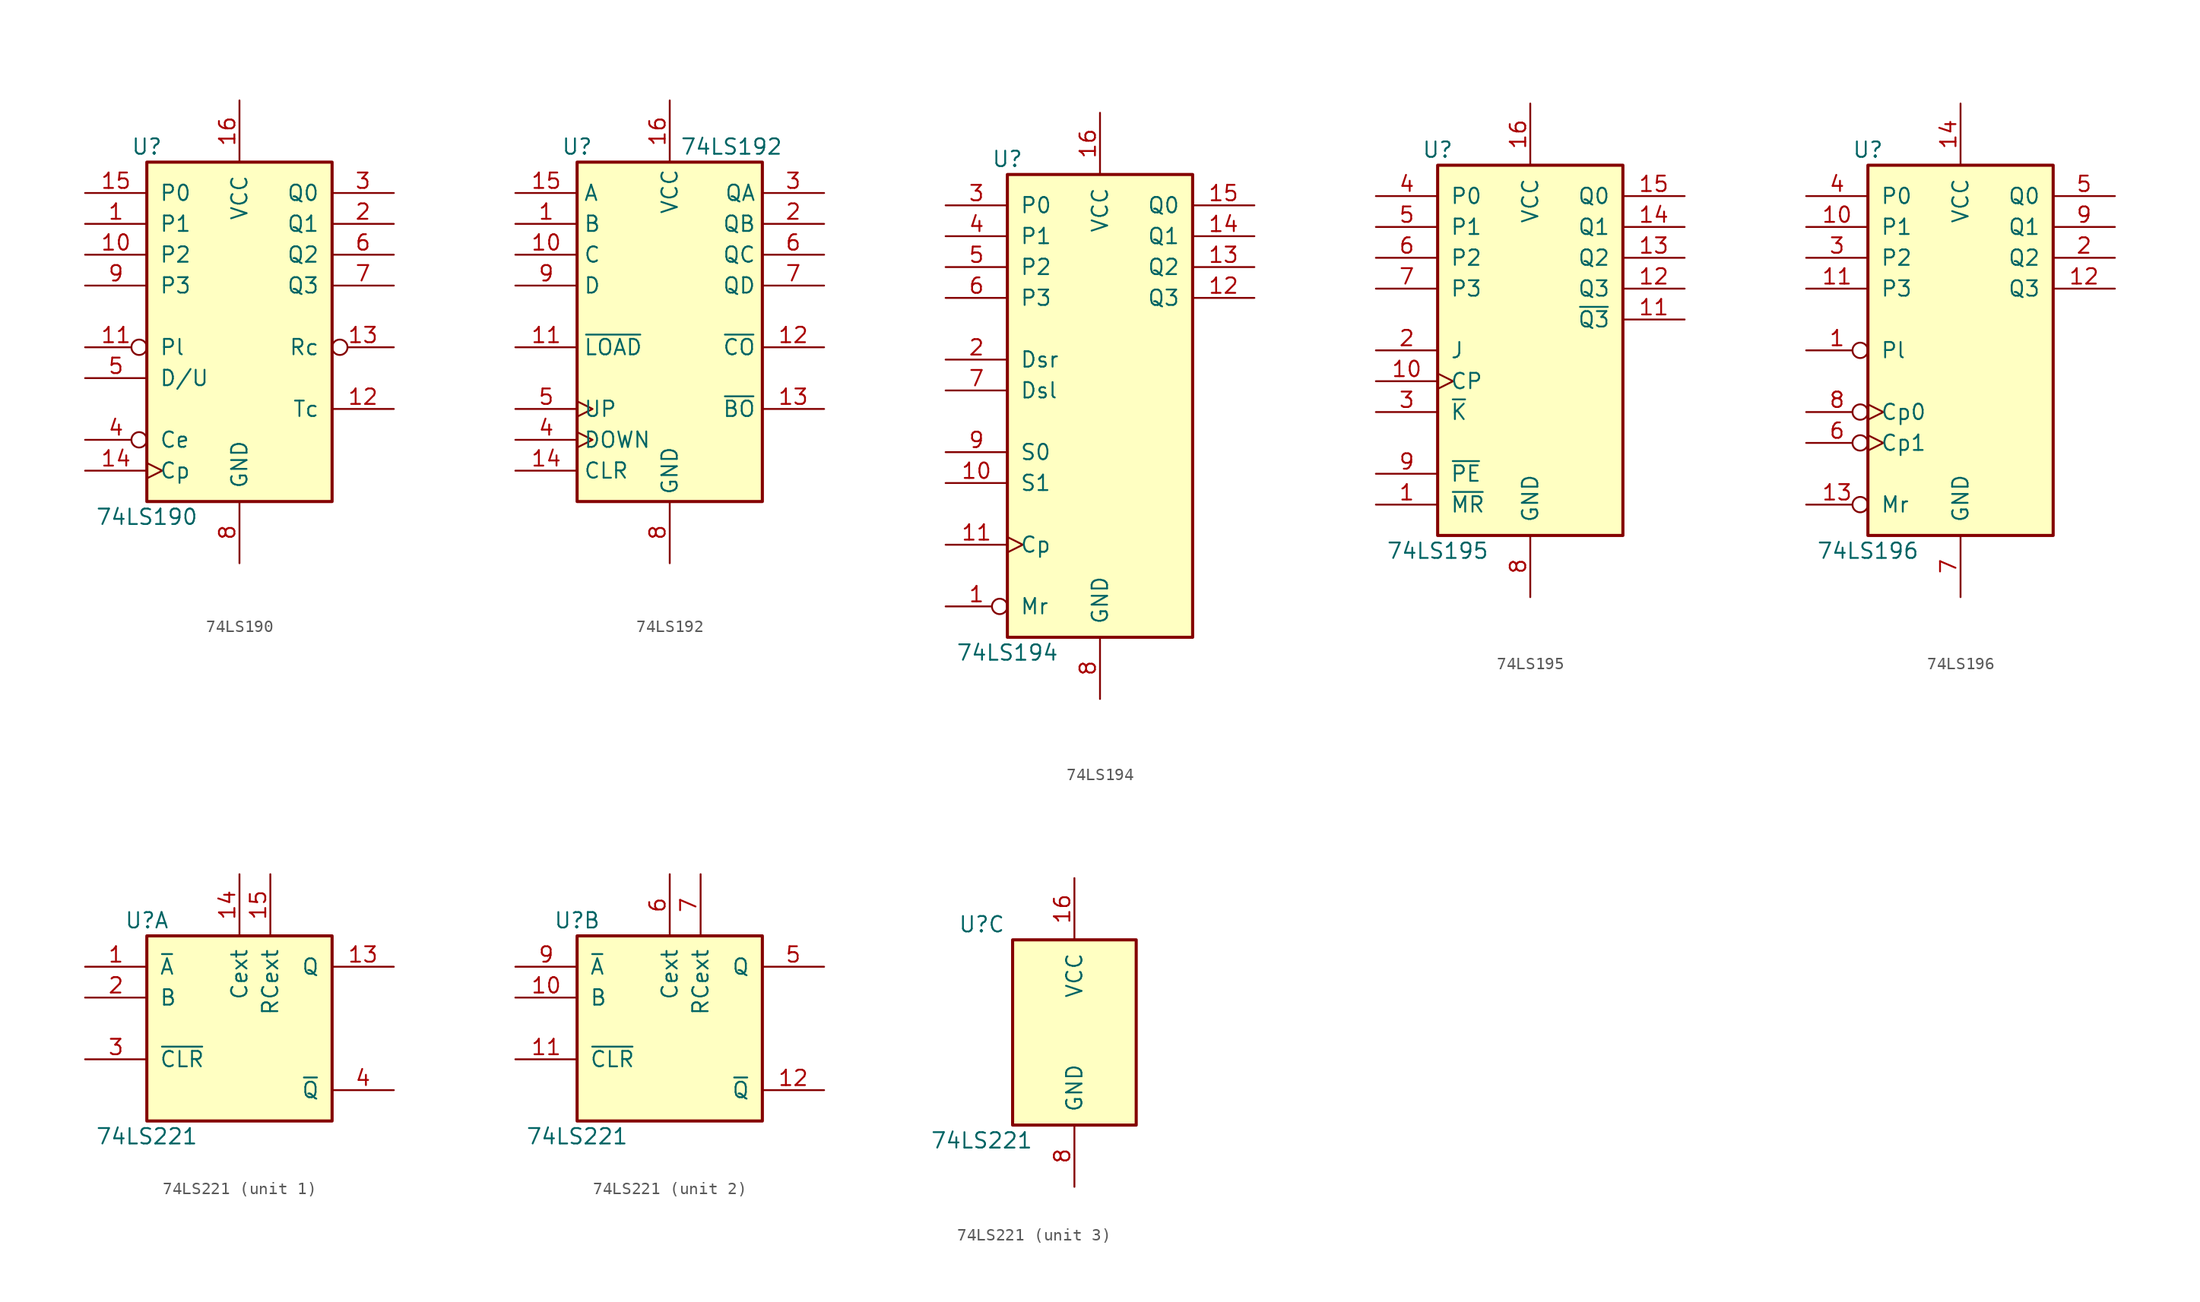
<source format=kicad_sym>
(kicad_symbol_lib
  (version 20241209)
  (generator "kicad_symbol_editor")
  (generator_version "9.0")
  (symbol "74LS190"
    (pin_names
      (offset 1.016))
    (property "Reference" "U"
      (at -7.62 13.97 0)
      (effects (font (size 1.27 1.27))))
    (property "Value" "74LS190"
      (at -7.62 -16.51 0)
      (effects (font (size 1.27 1.27))))
    (property "ki_locked" ""
      (at 0 0 0)
      (effects (font (size 1.27 1.27))))
    (symbol "74LS190_1_0"
      (pin input line (at -12.7 10.16 0) (length 5.08) (name "P0" (effects (font (size 1.27 1.27)))) (number "15" (effects (font (size 1.27 1.27)))))
      (pin input line (at -12.7 7.62 0) (length 5.08) (name "P1" (effects (font (size 1.27 1.27)))) (number "1" (effects (font (size 1.27 1.27)))))
      (pin input line (at -12.7 5.08 0) (length 5.08) (name "P2" (effects (font (size 1.27 1.27)))) (number "10" (effects (font (size 1.27 1.27)))))
      (pin input line (at -12.7 2.54 0) (length 5.08) (name "P3" (effects (font (size 1.27 1.27)))) (number "9" (effects (font (size 1.27 1.27)))))
      (pin input inverted (at -12.7 -2.54 0) (length 5.08) (name "Pl" (effects (font (size 1.27 1.27)))) (number "11" (effects (font (size 1.27 1.27)))))
      (pin input line (at -12.7 -5.08 0) (length 5.08) (name "D/U" (effects (font (size 1.27 1.27)))) (number "5" (effects (font (size 1.27 1.27)))))
      (pin input inverted (at -12.7 -10.16 0) (length 5.08) (name "Ce" (effects (font (size 1.27 1.27)))) (number "4" (effects (font (size 1.27 1.27)))))
      (pin input clock (at -12.7 -12.7 0) (length 5.08) (name "Cp" (effects (font (size 1.27 1.27)))) (number "14" (effects (font (size 1.27 1.27)))))
      (pin power_in line (at 0 17.78 270) (length 5.08) (name "VCC" (effects (font (size 1.27 1.27)))) (number "16" (effects (font (size 1.27 1.27)))))
      (pin power_in line (at 0 -20.32 90) (length 5.08) (name "GND" (effects (font (size 1.27 1.27)))) (number "8" (effects (font (size 1.27 1.27)))))
      (pin output line (at 12.7 10.16 180) (length 5.08) (name "Q0" (effects (font (size 1.27 1.27)))) (number "3" (effects (font (size 1.27 1.27)))))
      (pin output line (at 12.7 7.62 180) (length 5.08) (name "Q1" (effects (font (size 1.27 1.27)))) (number "2" (effects (font (size 1.27 1.27)))))
      (pin output line (at 12.7 5.08 180) (length 5.08) (name "Q2" (effects (font (size 1.27 1.27)))) (number "6" (effects (font (size 1.27 1.27)))))
      (pin output line (at 12.7 2.54 180) (length 5.08) (name "Q3" (effects (font (size 1.27 1.27)))) (number "7" (effects (font (size 1.27 1.27)))))
      (pin output inverted (at 12.7 -2.54 180) (length 5.08) (name "Rc" (effects (font (size 1.27 1.27)))) (number "13" (effects (font (size 1.27 1.27)))))
      (pin output line (at 12.7 -7.62 180) (length 5.08) (name "Tc" (effects (font (size 1.27 1.27)))) (number "12" (effects (font (size 1.27 1.27))))))
    (symbol "74LS190_1_1"
      (rectangle (start -7.62 12.7) (end 7.62 -15.24) (stroke (width 0.254) (type solid)) (fill (type background)))))
  (symbol "74LS192"
    (property "Reference" "U"
      (at -7.62 13.97 0)
      (effects (font (size 1.27 1.27))))
    (property "Value" "74LS192"
      (at 5.08 13.97 0)
      (effects (font (size 1.27 1.27))))
    (symbol "74LS192_1_0"
      (pin input line (at -12.7 10.16 0) (length 5.08) (name "A" (effects (font (size 1.27 1.27)))) (number "15" (effects (font (size 1.27 1.27)))))
      (pin input line (at -12.7 7.62 0) (length 5.08) (name "B" (effects (font (size 1.27 1.27)))) (number "1" (effects (font (size 1.27 1.27)))))
      (pin input line (at -12.7 5.08 0) (length 5.08) (name "C" (effects (font (size 1.27 1.27)))) (number "10" (effects (font (size 1.27 1.27)))))
      (pin input line (at -12.7 2.54 0) (length 5.08) (name "D" (effects (font (size 1.27 1.27)))) (number "9" (effects (font (size 1.27 1.27)))))
      (pin input line (at -12.7 -2.54 0) (length 5.08) (name "~{LOAD}" (effects (font (size 1.27 1.27)))) (number "11" (effects (font (size 1.27 1.27)))))
      (pin input clock (at -12.7 -7.62 0) (length 5.08) (name "UP" (effects (font (size 1.27 1.27)))) (number "5" (effects (font (size 1.27 1.27)))))
      (pin input clock (at -12.7 -10.16 0) (length 5.08) (name "DOWN" (effects (font (size 1.27 1.27)))) (number "4" (effects (font (size 1.27 1.27)))))
      (pin input line (at -12.7 -12.7 0) (length 5.08) (name "CLR" (effects (font (size 1.27 1.27)))) (number "14" (effects (font (size 1.27 1.27)))))
      (pin power_in line (at 0 17.78 270) (length 5.08) (name "VCC" (effects (font (size 1.27 1.27)))) (number "16" (effects (font (size 1.27 1.27)))))
      (pin power_in line (at 0 -20.32 90) (length 5.08) (name "GND" (effects (font (size 1.27 1.27)))) (number "8" (effects (font (size 1.27 1.27)))))
      (pin output line (at 12.7 10.16 180) (length 5.08) (name "QA" (effects (font (size 1.27 1.27)))) (number "3" (effects (font (size 1.27 1.27)))))
      (pin output line (at 12.7 7.62 180) (length 5.08) (name "QB" (effects (font (size 1.27 1.27)))) (number "2" (effects (font (size 1.27 1.27)))))
      (pin output line (at 12.7 5.08 180) (length 5.08) (name "QC" (effects (font (size 1.27 1.27)))) (number "6" (effects (font (size 1.27 1.27)))))
      (pin output line (at 12.7 2.54 180) (length 5.08) (name "QD" (effects (font (size 1.27 1.27)))) (number "7" (effects (font (size 1.27 1.27)))))
      (pin output line (at 12.7 -2.54 180) (length 5.08) (name "~{CO}" (effects (font (size 1.27 1.27)))) (number "12" (effects (font (size 1.27 1.27)))))
      (pin output line (at 12.7 -7.62 180) (length 5.08) (name "~{BO}" (effects (font (size 1.27 1.27)))) (number "13" (effects (font (size 1.27 1.27))))))
    (symbol "74LS192_1_1"
      (rectangle (start -7.62 12.7) (end 7.62 -15.24) (stroke (width 0.254) (type solid)) (fill (type background)))))
  (symbol "74LS194"
    (pin_names
      (offset 1.016))
    (property "Reference" "U"
      (at -7.62 19.05 0)
      (effects (font (size 1.27 1.27))))
    (property "Value" "74LS194"
      (at -7.62 -21.59 0)
      (effects (font (size 1.27 1.27))))
    (property "ki_locked" ""
      (at 0 0 0)
      (effects (font (size 1.27 1.27))))
    (symbol "74LS194_1_0"
      (pin input line (at -12.7 15.24 0) (length 5.08) (name "P0" (effects (font (size 1.27 1.27)))) (number "3" (effects (font (size 1.27 1.27)))))
      (pin input line (at -12.7 12.7 0) (length 5.08) (name "P1" (effects (font (size 1.27 1.27)))) (number "4" (effects (font (size 1.27 1.27)))))
      (pin input line (at -12.7 10.16 0) (length 5.08) (name "P2" (effects (font (size 1.27 1.27)))) (number "5" (effects (font (size 1.27 1.27)))))
      (pin input line (at -12.7 7.62 0) (length 5.08) (name "P3" (effects (font (size 1.27 1.27)))) (number "6" (effects (font (size 1.27 1.27)))))
      (pin input line (at -12.7 2.54 0) (length 5.08) (name "Dsr" (effects (font (size 1.27 1.27)))) (number "2" (effects (font (size 1.27 1.27)))))
      (pin input line (at -12.7 0 0) (length 5.08) (name "Dsl" (effects (font (size 1.27 1.27)))) (number "7" (effects (font (size 1.27 1.27)))))
      (pin input line (at -12.7 -5.08 0) (length 5.08) (name "S0" (effects (font (size 1.27 1.27)))) (number "9" (effects (font (size 1.27 1.27)))))
      (pin input line (at -12.7 -7.62 0) (length 5.08) (name "S1" (effects (font (size 1.27 1.27)))) (number "10" (effects (font (size 1.27 1.27)))))
      (pin input clock (at -12.7 -12.7 0) (length 5.08) (name "Cp" (effects (font (size 1.27 1.27)))) (number "11" (effects (font (size 1.27 1.27)))))
      (pin input inverted (at -12.7 -17.78 0) (length 5.08) (name "Mr" (effects (font (size 1.27 1.27)))) (number "1" (effects (font (size 1.27 1.27)))))
      (pin power_in line (at 0 22.86 270) (length 5.08) (name "VCC" (effects (font (size 1.27 1.27)))) (number "16" (effects (font (size 1.27 1.27)))))
      (pin power_in line (at 0 -25.4 90) (length 5.08) (name "GND" (effects (font (size 1.27 1.27)))) (number "8" (effects (font (size 1.27 1.27)))))
      (pin output line (at 12.7 15.24 180) (length 5.08) (name "Q0" (effects (font (size 1.27 1.27)))) (number "15" (effects (font (size 1.27 1.27)))))
      (pin output line (at 12.7 12.7 180) (length 5.08) (name "Q1" (effects (font (size 1.27 1.27)))) (number "14" (effects (font (size 1.27 1.27)))))
      (pin output line (at 12.7 10.16 180) (length 5.08) (name "Q2" (effects (font (size 1.27 1.27)))) (number "13" (effects (font (size 1.27 1.27)))))
      (pin output line (at 12.7 7.62 180) (length 5.08) (name "Q3" (effects (font (size 1.27 1.27)))) (number "12" (effects (font (size 1.27 1.27))))))
    (symbol "74LS194_1_1"
      (rectangle (start -7.62 17.78) (end 7.62 -20.32) (stroke (width 0.254) (type solid)) (fill (type background)))))
  (symbol "74LS195"
    (pin_names
      (offset 1.016))
    (property "Reference" "U"
      (at -7.62 16.51 0)
      (effects (font (size 1.27 1.27))))
    (property "Value" "74LS195"
      (at -7.62 -16.51 0)
      (effects (font (size 1.27 1.27))))
    (property "ki_locked" ""
      (at 0 0 0)
      (effects (font (size 1.27 1.27))))
    (symbol "74LS195_1_0"
      (pin input line (at -12.7 12.7 0) (length 5.08) (name "P0" (effects (font (size 1.27 1.27)))) (number "4" (effects (font (size 1.27 1.27)))))
      (pin input line (at -12.7 10.16 0) (length 5.08) (name "P1" (effects (font (size 1.27 1.27)))) (number "5" (effects (font (size 1.27 1.27)))))
      (pin input line (at -12.7 7.62 0) (length 5.08) (name "P2" (effects (font (size 1.27 1.27)))) (number "6" (effects (font (size 1.27 1.27)))))
      (pin input line (at -12.7 5.08 0) (length 5.08) (name "P3" (effects (font (size 1.27 1.27)))) (number "7" (effects (font (size 1.27 1.27)))))
      (pin input line (at -12.7 0 0) (length 5.08) (name "J" (effects (font (size 1.27 1.27)))) (number "2" (effects (font (size 1.27 1.27)))))
      (pin input clock (at -12.7 -2.54 0) (length 5.08) (name "CP" (effects (font (size 1.27 1.27)))) (number "10" (effects (font (size 1.27 1.27)))))
      (pin input line (at -12.7 -5.08 0) (length 5.08) (name "~{K}" (effects (font (size 1.27 1.27)))) (number "3" (effects (font (size 1.27 1.27)))))
      (pin input line (at -12.7 -10.16 0) (length 5.08) (name "~{PE}" (effects (font (size 1.27 1.27)))) (number "9" (effects (font (size 1.27 1.27)))))
      (pin input line (at -12.7 -12.7 0) (length 5.08) (name "~{MR}" (effects (font (size 1.27 1.27)))) (number "1" (effects (font (size 1.27 1.27)))))
      (pin power_in line (at 0 20.32 270) (length 5.08) (name "VCC" (effects (font (size 1.27 1.27)))) (number "16" (effects (font (size 1.27 1.27)))))
      (pin power_in line (at 0 -20.32 90) (length 5.08) (name "GND" (effects (font (size 1.27 1.27)))) (number "8" (effects (font (size 1.27 1.27)))))
      (pin output line (at 12.7 12.7 180) (length 5.08) (name "Q0" (effects (font (size 1.27 1.27)))) (number "15" (effects (font (size 1.27 1.27)))))
      (pin output line (at 12.7 10.16 180) (length 5.08) (name "Q1" (effects (font (size 1.27 1.27)))) (number "14" (effects (font (size 1.27 1.27)))))
      (pin output line (at 12.7 7.62 180) (length 5.08) (name "Q2" (effects (font (size 1.27 1.27)))) (number "13" (effects (font (size 1.27 1.27)))))
      (pin output line (at 12.7 5.08 180) (length 5.08) (name "Q3" (effects (font (size 1.27 1.27)))) (number "12" (effects (font (size 1.27 1.27)))))
      (pin output line (at 12.7 2.54 180) (length 5.08) (name "~{Q3}" (effects (font (size 1.27 1.27)))) (number "11" (effects (font (size 1.27 1.27))))))
    (symbol "74LS195_1_1"
      (rectangle (start -7.62 15.24) (end 7.62 -15.24) (stroke (width 0.254) (type solid)) (fill (type background)))))
  (symbol "74LS196"
    (pin_names
      (offset 1.016))
    (property "Reference" "U"
      (at -7.62 16.51 0)
      (effects (font (size 1.27 1.27))))
    (property "Value" "74LS196"
      (at -7.62 -16.51 0)
      (effects (font (size 1.27 1.27))))
    (property "ki_locked" ""
      (at 0 0 0)
      (effects (font (size 1.27 1.27))))
    (symbol "74LS196_1_0"
      (pin input line (at -12.7 12.7 0) (length 5.08) (name "P0" (effects (font (size 1.27 1.27)))) (number "4" (effects (font (size 1.27 1.27)))))
      (pin input line (at -12.7 10.16 0) (length 5.08) (name "P1" (effects (font (size 1.27 1.27)))) (number "10" (effects (font (size 1.27 1.27)))))
      (pin input line (at -12.7 7.62 0) (length 5.08) (name "P2" (effects (font (size 1.27 1.27)))) (number "3" (effects (font (size 1.27 1.27)))))
      (pin input line (at -12.7 5.08 0) (length 5.08) (name "P3" (effects (font (size 1.27 1.27)))) (number "11" (effects (font (size 1.27 1.27)))))
      (pin input inverted (at -12.7 0 0) (length 5.08) (name "Pl" (effects (font (size 1.27 1.27)))) (number "1" (effects (font (size 1.27 1.27)))))
      (pin input inverted_clock (at -12.7 -5.08 0) (length 5.08) (name "Cp0" (effects (font (size 1.27 1.27)))) (number "8" (effects (font (size 1.27 1.27)))))
      (pin input inverted_clock (at -12.7 -7.62 0) (length 5.08) (name "Cp1" (effects (font (size 1.27 1.27)))) (number "6" (effects (font (size 1.27 1.27)))))
      (pin input inverted (at -12.7 -12.7 0) (length 5.08) (name "Mr" (effects (font (size 1.27 1.27)))) (number "13" (effects (font (size 1.27 1.27)))))
      (pin power_in line (at 0 20.32 270) (length 5.08) (name "VCC" (effects (font (size 1.27 1.27)))) (number "14" (effects (font (size 1.27 1.27)))))
      (pin power_in line (at 0 -20.32 90) (length 5.08) (name "GND" (effects (font (size 1.27 1.27)))) (number "7" (effects (font (size 1.27 1.27)))))
      (pin output line (at 12.7 12.7 180) (length 5.08) (name "Q0" (effects (font (size 1.27 1.27)))) (number "5" (effects (font (size 1.27 1.27)))))
      (pin output line (at 12.7 10.16 180) (length 5.08) (name "Q1" (effects (font (size 1.27 1.27)))) (number "9" (effects (font (size 1.27 1.27)))))
      (pin output line (at 12.7 7.62 180) (length 5.08) (name "Q2" (effects (font (size 1.27 1.27)))) (number "2" (effects (font (size 1.27 1.27)))))
      (pin output line (at 12.7 5.08 180) (length 5.08) (name "Q3" (effects (font (size 1.27 1.27)))) (number "12" (effects (font (size 1.27 1.27))))))
    (symbol "74LS196_1_1"
      (rectangle (start -7.62 15.24) (end 7.62 -15.24) (stroke (width 0.254) (type solid)) (fill (type background)))))
  (symbol "74LS221"
    (pin_names
      (offset 1.016))
    (property "Reference" "U"
      (at -7.62 8.89 0)
      (effects (font (size 1.27 1.27))))
    (property "Value" "74LS221"
      (at -7.62 -8.89 0)
      (effects (font (size 1.27 1.27))))
    (property "ki_locked" ""
      (at 0 0 0)
      (effects (font (size 1.27 1.27))))
    (symbol "74LS221_1_0"
      (pin input line (at -12.7 5.08 0) (length 5.08) (name "~{A}" (effects (font (size 1.27 1.27)))) (number "1" (effects (font (size 1.27 1.27)))))
      (pin input line (at -12.7 2.54 0) (length 5.08) (name "B" (effects (font (size 1.27 1.27)))) (number "2" (effects (font (size 1.27 1.27)))))
      (pin input line (at -12.7 -2.54 0) (length 5.08) (name "~{CLR}" (effects (font (size 1.27 1.27)))) (number "3" (effects (font (size 1.27 1.27)))))
      (pin input line (at 0 12.7 270) (length 5.08) (name "Cext" (effects (font (size 1.27 1.27)))) (number "14" (effects (font (size 1.27 1.27)))))
      (pin input line (at 2.54 12.7 270) (length 5.08) (name "RCext" (effects (font (size 1.27 1.27)))) (number "15" (effects (font (size 1.27 1.27)))))
      (pin output line (at 12.7 5.08 180) (length 5.08) (name "Q" (effects (font (size 1.27 1.27)))) (number "13" (effects (font (size 1.27 1.27)))))
      (pin output line (at 12.7 -5.08 180) (length 5.08) (name "~{Q}" (effects (font (size 1.27 1.27)))) (number "4" (effects (font (size 1.27 1.27))))))
    (symbol "74LS221_1_1"
      (rectangle (start -7.62 7.62) (end 7.62 -7.62) (stroke (width 0.254) (type solid)) (fill (type background))))
    (symbol "74LS221_2_0"
      (pin input line (at -12.7 5.08 0) (length 5.08) (name "~{A}" (effects (font (size 1.27 1.27)))) (number "9" (effects (font (size 1.27 1.27)))))
      (pin input line (at -12.7 2.54 0) (length 5.08) (name "B" (effects (font (size 1.27 1.27)))) (number "10" (effects (font (size 1.27 1.27)))))
      (pin input line (at -12.7 -2.54 0) (length 5.08) (name "~{CLR}" (effects (font (size 1.27 1.27)))) (number "11" (effects (font (size 1.27 1.27)))))
      (pin input line (at 0 12.7 270) (length 5.08) (name "Cext" (effects (font (size 1.27 1.27)))) (number "6" (effects (font (size 1.27 1.27)))))
      (pin input line (at 2.54 12.7 270) (length 5.08) (name "RCext" (effects (font (size 1.27 1.27)))) (number "7" (effects (font (size 1.27 1.27)))))
      (pin output line (at 12.7 5.08 180) (length 5.08) (name "Q" (effects (font (size 1.27 1.27)))) (number "5" (effects (font (size 1.27 1.27)))))
      (pin output line (at 12.7 -5.08 180) (length 5.08) (name "~{Q}" (effects (font (size 1.27 1.27)))) (number "12" (effects (font (size 1.27 1.27))))))
    (symbol "74LS221_2_1"
      (rectangle (start -7.62 7.62) (end 7.62 -7.62) (stroke (width 0.254) (type solid)) (fill (type background))))
    (symbol "74LS221_3_0"
      (pin power_in line (at 0 12.7 270) (length 5.08) (name "VCC" (effects (font (size 1.27 1.27)))) (number "16" (effects (font (size 1.27 1.27)))))
      (pin power_in line (at 0 -12.7 90) (length 5.08) (name "GND" (effects (font (size 1.27 1.27)))) (number "8" (effects (font (size 1.27 1.27))))))
    (symbol "74LS221_3_1"
      (rectangle (start -5.08 7.62) (end 5.08 -7.62) (stroke (width 0.254) (type solid)) (fill (type background))))))
</source>
